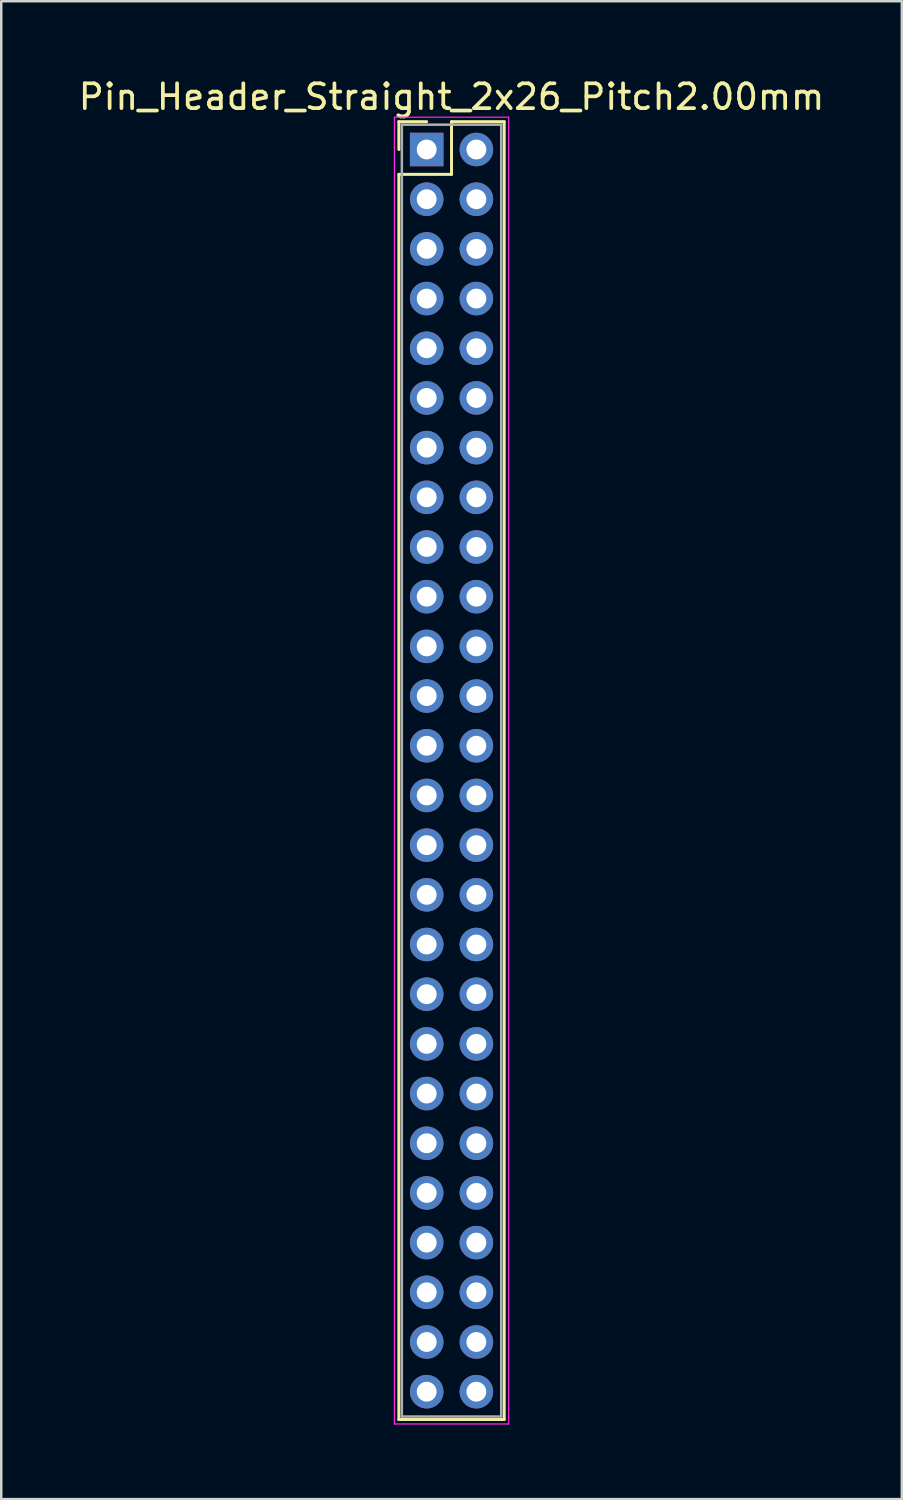
<source format=kicad_pcb>
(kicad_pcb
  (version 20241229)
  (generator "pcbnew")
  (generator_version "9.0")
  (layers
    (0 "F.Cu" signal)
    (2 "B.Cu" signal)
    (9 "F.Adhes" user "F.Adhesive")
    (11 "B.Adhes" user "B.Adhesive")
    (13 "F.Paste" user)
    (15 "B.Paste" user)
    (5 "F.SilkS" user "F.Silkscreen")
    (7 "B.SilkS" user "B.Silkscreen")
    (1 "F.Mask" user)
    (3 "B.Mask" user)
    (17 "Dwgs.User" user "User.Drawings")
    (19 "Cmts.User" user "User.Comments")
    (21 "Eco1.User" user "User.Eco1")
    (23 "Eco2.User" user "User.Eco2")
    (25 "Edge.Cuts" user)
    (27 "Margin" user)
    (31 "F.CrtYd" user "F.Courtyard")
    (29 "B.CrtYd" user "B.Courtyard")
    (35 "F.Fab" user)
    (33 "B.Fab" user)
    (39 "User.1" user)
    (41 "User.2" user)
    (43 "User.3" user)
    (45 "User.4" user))
  (footprint "Pin_Header_Straight_2x26_Pitch2.00mm"
    (layer "F.Cu")
    (at 14.125 2.968)
    (property "Reference" "Pin_Header_Straight_2x26_Pitch2.00mm" (at 1 -2.12 0) (layer "F.SilkS") (effects (font (size 1 1) (thickness 0.15))))
    (attr through_hole)
    (fp_line (start -1.12 -1.12) (end 0 -1.12) (stroke (width 0.12) (type solid)) (layer "F.SilkS"))
    (fp_line (start -1.12 0) (end -1.12 -1.12) (stroke (width 0.12) (type solid)) (layer "F.SilkS"))
    (fp_line (start -1.12 1) (end -1.12 51.12) (stroke (width 0.12) (type solid)) (layer "F.SilkS"))
    (fp_line (start -1.12 51.12) (end 3.12 51.12) (stroke (width 0.12) (type solid)) (layer "F.SilkS"))
    (fp_line (start 1 -1.12) (end 1 1) (stroke (width 0.12) (type solid)) (layer "F.SilkS"))
    (fp_line (start 1 1) (end -1.12 1) (stroke (width 0.12) (type solid)) (layer "F.SilkS"))
    (fp_line (start 3.12 -1.12) (end 1 -1.12) (stroke (width 0.12) (type solid)) (layer "F.SilkS"))
    (fp_line (start 3.12 51.12) (end 3.12 -1.12) (stroke (width 0.12) (type solid)) (layer "F.SilkS"))
    (fp_line (start -1.3 -1.3) (end -1.3 51.3) (stroke (width 0.05) (type solid)) (layer "F.CrtYd"))
    (fp_line (start -1.3 51.3) (end 3.3 51.3) (stroke (width 0.05) (type solid)) (layer "F.CrtYd"))
    (fp_line (start 3.3 -1.3) (end -1.3 -1.3) (stroke (width 0.05) (type solid)) (layer "F.CrtYd"))
    (fp_line (start 3.3 51.3) (end 3.3 -1.3) (stroke (width 0.05) (type solid)) (layer "F.CrtYd"))
    (fp_line (start -1 -1) (end -1 51) (stroke (width 0.1) (type solid)) (layer "F.Fab"))
    (fp_line (start -1 51) (end 3 51) (stroke (width 0.1) (type solid)) (layer "F.Fab"))
    (fp_line (start 3 -1) (end -1 -1) (stroke (width 0.1) (type solid)) (layer "F.Fab"))
    (fp_line (start 3 51) (end 3 -1) (stroke (width 0.1) (type solid)) (layer "F.Fab"))
    (pad "1" thru_hole rect (at 0 0) (size 1.35 1.35) (drill 0.8) (layers "*.Cu" "*.Mask"))
    (pad "2" thru_hole oval (at 2 0) (size 1.35 1.35) (drill 0.8) (layers "*.Cu" "*.Mask"))
    (pad "3" thru_hole oval (at 0 2) (size 1.35 1.35) (drill 0.8) (layers "*.Cu" "*.Mask"))
    (pad "4" thru_hole oval (at 2 2) (size 1.35 1.35) (drill 0.8) (layers "*.Cu" "*.Mask"))
    (pad "5" thru_hole oval (at 0 4) (size 1.35 1.35) (drill 0.8) (layers "*.Cu" "*.Mask"))
    (pad "6" thru_hole oval (at 2 4) (size 1.35 1.35) (drill 0.8) (layers "*.Cu" "*.Mask"))
    (pad "7" thru_hole oval (at 0 6) (size 1.35 1.35) (drill 0.8) (layers "*.Cu" "*.Mask"))
    (pad "8" thru_hole oval (at 2 6) (size 1.35 1.35) (drill 0.8) (layers "*.Cu" "*.Mask"))
    (pad "9" thru_hole oval (at 0 8) (size 1.35 1.35) (drill 0.8) (layers "*.Cu" "*.Mask"))
    (pad "10" thru_hole oval (at 2 8) (size 1.35 1.35) (drill 0.8) (layers "*.Cu" "*.Mask"))
    (pad "11" thru_hole oval (at 0 10) (size 1.35 1.35) (drill 0.8) (layers "*.Cu" "*.Mask"))
    (pad "12" thru_hole oval (at 2 10) (size 1.35 1.35) (drill 0.8) (layers "*.Cu" "*.Mask"))
    (pad "13" thru_hole oval (at 0 12) (size 1.35 1.35) (drill 0.8) (layers "*.Cu" "*.Mask"))
    (pad "14" thru_hole oval (at 2 12) (size 1.35 1.35) (drill 0.8) (layers "*.Cu" "*.Mask"))
    (pad "15" thru_hole oval (at 0 14) (size 1.35 1.35) (drill 0.8) (layers "*.Cu" "*.Mask"))
    (pad "16" thru_hole oval (at 2 14) (size 1.35 1.35) (drill 0.8) (layers "*.Cu" "*.Mask"))
    (pad "17" thru_hole oval (at 0 16) (size 1.35 1.35) (drill 0.8) (layers "*.Cu" "*.Mask"))
    (pad "18" thru_hole oval (at 2 16) (size 1.35 1.35) (drill 0.8) (layers "*.Cu" "*.Mask"))
    (pad "19" thru_hole oval (at 0 18) (size 1.35 1.35) (drill 0.8) (layers "*.Cu" "*.Mask"))
    (pad "20" thru_hole oval (at 2 18) (size 1.35 1.35) (drill 0.8) (layers "*.Cu" "*.Mask"))
    (pad "21" thru_hole oval (at 0 20) (size 1.35 1.35) (drill 0.8) (layers "*.Cu" "*.Mask"))
    (pad "22" thru_hole oval (at 2 20) (size 1.35 1.35) (drill 0.8) (layers "*.Cu" "*.Mask"))
    (pad "23" thru_hole oval (at 0 22) (size 1.35 1.35) (drill 0.8) (layers "*.Cu" "*.Mask"))
    (pad "24" thru_hole oval (at 2 22) (size 1.35 1.35) (drill 0.8) (layers "*.Cu" "*.Mask"))
    (pad "25" thru_hole oval (at 0 24) (size 1.35 1.35) (drill 0.8) (layers "*.Cu" "*.Mask"))
    (pad "26" thru_hole oval (at 2 24) (size 1.35 1.35) (drill 0.8) (layers "*.Cu" "*.Mask"))
    (pad "27" thru_hole oval (at 0 26) (size 1.35 1.35) (drill 0.8) (layers "*.Cu" "*.Mask"))
    (pad "28" thru_hole oval (at 2 26) (size 1.35 1.35) (drill 0.8) (layers "*.Cu" "*.Mask"))
    (pad "29" thru_hole oval (at 0 28) (size 1.35 1.35) (drill 0.8) (layers "*.Cu" "*.Mask"))
    (pad "30" thru_hole oval (at 2 28) (size 1.35 1.35) (drill 0.8) (layers "*.Cu" "*.Mask"))
    (pad "31" thru_hole oval (at 0 30) (size 1.35 1.35) (drill 0.8) (layers "*.Cu" "*.Mask"))
    (pad "32" thru_hole oval (at 2 30) (size 1.35 1.35) (drill 0.8) (layers "*.Cu" "*.Mask"))
    (pad "33" thru_hole oval (at 0 32) (size 1.35 1.35) (drill 0.8) (layers "*.Cu" "*.Mask"))
    (pad "34" thru_hole oval (at 2 32) (size 1.35 1.35) (drill 0.8) (layers "*.Cu" "*.Mask"))
    (pad "35" thru_hole oval (at 0 34) (size 1.35 1.35) (drill 0.8) (layers "*.Cu" "*.Mask"))
    (pad "36" thru_hole oval (at 2 34) (size 1.35 1.35) (drill 0.8) (layers "*.Cu" "*.Mask"))
    (pad "37" thru_hole oval (at 0 36) (size 1.35 1.35) (drill 0.8) (layers "*.Cu" "*.Mask"))
    (pad "38" thru_hole oval (at 2 36) (size 1.35 1.35) (drill 0.8) (layers "*.Cu" "*.Mask"))
    (pad "39" thru_hole oval (at 0 38) (size 1.35 1.35) (drill 0.8) (layers "*.Cu" "*.Mask"))
    (pad "40" thru_hole oval (at 2 38) (size 1.35 1.35) (drill 0.8) (layers "*.Cu" "*.Mask"))
    (pad "41" thru_hole oval (at 0 40) (size 1.35 1.35) (drill 0.8) (layers "*.Cu" "*.Mask"))
    (pad "42" thru_hole oval (at 2 40) (size 1.35 1.35) (drill 0.8) (layers "*.Cu" "*.Mask"))
    (pad "43" thru_hole oval (at 0 42) (size 1.35 1.35) (drill 0.8) (layers "*.Cu" "*.Mask"))
    (pad "44" thru_hole oval (at 2 42) (size 1.35 1.35) (drill 0.8) (layers "*.Cu" "*.Mask"))
    (pad "45" thru_hole oval (at 0 44) (size 1.35 1.35) (drill 0.8) (layers "*.Cu" "*.Mask"))
    (pad "46" thru_hole oval (at 2 44) (size 1.35 1.35) (drill 0.8) (layers "*.Cu" "*.Mask"))
    (pad "47" thru_hole oval (at 0 46) (size 1.35 1.35) (drill 0.8) (layers "*.Cu" "*.Mask"))
    (pad "48" thru_hole oval (at 2 46) (size 1.35 1.35) (drill 0.8) (layers "*.Cu" "*.Mask"))
    (pad "49" thru_hole oval (at 0 48) (size 1.35 1.35) (drill 0.8) (layers "*.Cu" "*.Mask"))
    (pad "50" thru_hole oval (at 2 48) (size 1.35 1.35) (drill 0.8) (layers "*.Cu" "*.Mask"))
    (pad "51" thru_hole oval (at 0 50) (size 1.35 1.35) (drill 0.8) (layers "*.Cu" "*.Mask"))
    (pad "52" thru_hole oval (at 2 50) (size 1.35 1.35) (drill 0.8) (layers "*.Cu" "*.Mask")))
  (gr_rect
    (start -3 -3)
    (end 33.25 57.293)
    (stroke (width 0.1) (type default))
    (fill no)
    (layer "Edge.Cuts")))
</source>
